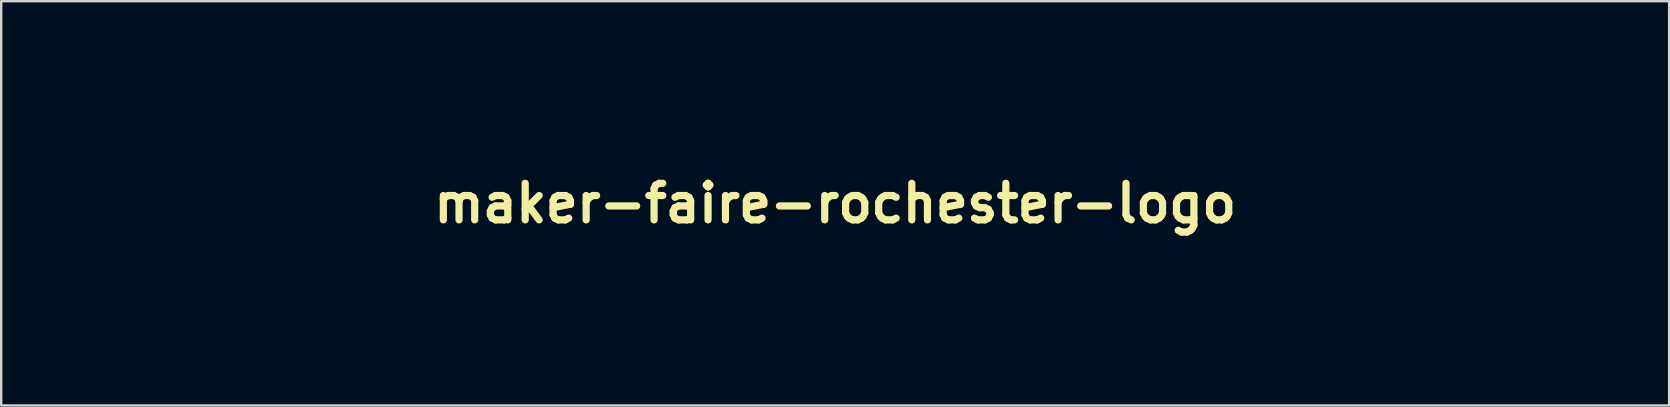
<source format=kicad_pcb>
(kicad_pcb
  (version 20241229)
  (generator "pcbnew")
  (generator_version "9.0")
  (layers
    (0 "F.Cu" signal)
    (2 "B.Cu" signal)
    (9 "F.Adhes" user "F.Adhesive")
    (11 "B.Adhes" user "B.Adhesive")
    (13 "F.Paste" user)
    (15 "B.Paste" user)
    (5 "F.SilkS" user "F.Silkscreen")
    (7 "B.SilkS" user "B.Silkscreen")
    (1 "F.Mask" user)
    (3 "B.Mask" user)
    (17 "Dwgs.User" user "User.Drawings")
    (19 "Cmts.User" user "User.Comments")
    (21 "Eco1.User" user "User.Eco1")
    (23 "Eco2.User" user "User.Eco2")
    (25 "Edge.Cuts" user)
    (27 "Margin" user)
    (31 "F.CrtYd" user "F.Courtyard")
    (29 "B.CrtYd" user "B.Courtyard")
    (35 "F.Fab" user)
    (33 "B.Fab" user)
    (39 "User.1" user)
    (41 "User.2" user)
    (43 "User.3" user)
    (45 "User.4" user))
  (footprint "maker-faire-rochester-logo"
    (layer "F.Cu")
    (at 31.755 5.424)
    (property "Reference" "maker-faire-rochester-logo" (at 0 0 0) (layer "F.SilkS") (effects (font (size 1.524 1.524) (thickness 0.3))))
    (attr through_hole)
    (fp_poly (pts (xy 0.734 -0.818) (xy 0.722 -0.768) (xy 0.677 -0.762) (xy 0.608 -0.793) (xy 0.621 -0.818) (xy 0.721 -0.829) (xy 0.734 -0.818)) (stroke (width 0.01) (type solid)) (fill no) (layer "Eco2.User"))
    (fp_poly (pts (xy -22.005 0.698) (xy -21.937 0.793) (xy -21.929 0.927) (xy -22.002 1.189) (xy -22.117 1.308) (xy -22.329 1.4) (xy -22.58 1.437) (xy -22.81 1.418) (xy -22.958 1.342) (xy -22.975 1.312) (xy -22.977 1.101) (xy -22.843 0.908) (xy -22.605 0.76) (xy -22.296 0.683) (xy -22.187 0.677) (xy -22.005 0.698)) (stroke (width 0.01) (type solid)) (fill no) (layer "Eco2.User"))
    (fp_poly (pts (xy -7.175 0.702) (xy -7.12 0.81) (xy -7.112 0.971) (xy -7.156 1.226) (xy -7.276 1.352) (xy -7.478 1.415) (xy -7.725 1.437) (xy -7.949 1.417) (xy -8.083 1.357) (xy -8.089 1.35) (xy -8.129 1.151) (xy -8.031 0.96) (xy -7.823 0.801) (xy -7.537 0.7) (xy -7.311 0.677) (xy -7.175 0.702)) (stroke (width 0.01) (type solid)) (fill no) (layer "Eco2.User"))
    (fp_poly (pts (xy -16.325 -0.264) (xy -16.097 -0.132) (xy -16.007 -0.01) (xy -15.933 0.161) (xy -15.949 0.265) (xy -16.078 0.318) (xy -16.344 0.337) (xy -16.51 0.339) (xy -16.802 0.334) (xy -17.014 0.32) (xy -17.102 0.302) (xy -17.103 0.3) (xy -17.071 0.203) (xy -17.009 0.056) (xy -16.831 -0.166) (xy -16.586 -0.274) (xy -16.325 -0.264)) (stroke (width 0.01) (type solid)) (fill no) (layer "Eco2.User"))
    (fp_poly (pts (xy -0.812 -0.217) (xy -0.62 -0.015) (xy -0.554 0.148) (xy -0.533 0.247) (xy -0.566 0.304) (xy -0.686 0.33) (xy -0.926 0.338) (xy -1.101 0.339) (xy -1.413 0.336) (xy -1.589 0.32) (xy -1.661 0.28) (xy -1.663 0.203) (xy -1.648 0.148) (xy -1.501 -0.129) (xy -1.265 -0.264) (xy -1.101 -0.282) (xy -0.812 -0.217)) (stroke (width 0.01) (type solid)) (fill no) (layer "Eco2.User"))
    (fp_poly (pts (xy 31.75 5.419) (xy -31.75 5.419) (xy -31.75 -1.947) (xy -28.363 -1.947) (xy -28.363 2.032) (xy -27.601 2.032) (xy -27.595 0.656) (xy -27.591 0.203) (xy -27.585 -0.177) (xy -27.576 -0.458) (xy -27.567 -0.614) (xy -27.56 -0.635) (xy -27.527 -0.529) (xy -27.452 -0.29) (xy -27.345 0.051) (xy -27.215 0.465) (xy -27.129 0.741) (xy -26.725 2.032) (xy -25.921 2.032) (xy -25.526 0.783) (xy -25.388 0.346) (xy -25.267 -0.035) (xy -25.173 -0.331) (xy -25.116 -0.511) (xy -25.103 -0.55) (xy -25.093 -0.5) (xy -25.084 -0.307) (xy -25.076 0.004) (xy -25.07 0.405) (xy -25.068 0.699) (xy -25.061 2.032) (xy -24.215 2.032) (xy -24.215 1.431) (xy -23.814 1.431) (xy -23.711 1.75) (xy -23.487 1.98) (xy -23.465 1.993) (xy -23.165 2.081) (xy -22.803 2.073) (xy -22.451 1.978) (xy -22.262 1.872) (xy -22.065 1.736) (xy -21.965 1.708) (xy -21.931 1.786) (xy -21.929 1.863) (xy -21.907 1.963) (xy -21.814 2.014) (xy -21.61 2.031) (xy -21.494 2.032) (xy -21.06 2.032) (xy -21.098 0.91) (xy -21.123 0.379) (xy -21.159 -0.011) (xy -21.216 -0.291) (xy -21.301 -0.488) (xy -21.423 -0.633) (xy -21.55 -0.729) (xy -21.831 -0.832) (xy -22.21 -0.866) (xy -22.636 -0.837) (xy -23.055 -0.75) (xy -23.415 -0.612) (xy -23.593 -0.497) (xy -23.651 -0.406) (xy -23.606 -0.274) (xy -23.532 -0.162) (xy -23.359 0.08) (xy -23.047 -0.087) (xy -22.726 -0.212) (xy -22.416 -0.253) (xy -22.163 -0.211) (xy -22.016 -0.09) (xy -21.945 0.064) (xy -21.97 0.145) (xy -22.118 0.19) (xy -22.246 0.211) (xy -22.835 0.333) (xy -23.272 0.494) (xy -23.572 0.703) (xy -23.749 0.968) (xy -23.783 1.066) (xy -23.814 1.431) (xy -24.215 1.431) (xy -24.215 -1.947) (xy -20.659 -1.947) (xy -20.659 2.032) (xy -19.812 2.032) (xy -19.812 1.66) (xy -19.754 1.282) (xy -19.643 1.089) (xy -19.52 0.956) (xy -19.441 0.946) (xy -19.343 1.054) (xy -19.34 1.058) (xy -19.223 1.232) (xy -19.076 1.486) (xy -18.999 1.63) (xy -18.873 1.863) (xy -18.763 1.982) (xy -18.611 2.026) (xy -18.371 2.032) (xy -18.13 2.023) (xy -17.977 2.001) (xy -17.949 1.983) (xy -17.988 1.894) (xy -18.093 1.689) (xy -18.248 1.398) (xy -18.42 1.084) (xy -18.559 0.832) (xy -17.944 0.832) (xy -17.914 1.051) (xy -17.776 1.402) (xy -17.525 1.729) (xy -17.211 1.968) (xy -17.149 1.998) (xy -16.833 2.078) (xy -16.438 2.103) (xy -16.046 2.071) (xy -15.79 2.004) (xy -15.491 1.88) (xy -15.329 1.78) (xy -15.28 1.675) (xy -15.32 1.534) (xy -15.359 1.454) (xy -15.496 1.189) (xy -15.77 1.356) (xy -16.129 1.5) (xy -16.486 1.513) (xy -16.796 1.397) (xy -16.895 1.316) (xy -17.057 1.137) (xy -17.117 1.009) (xy -17.063 0.924) (xy -16.878 0.875) (xy -16.551 0.852) (xy -16.129 0.847) (xy -15.155 0.847) (xy -15.155 0.581) (xy -15.221 0.088) (xy -15.408 -0.327) (xy -15.698 -0.639) (xy -16.074 -0.824) (xy -16.171 -0.847) (xy -14.817 -0.847) (xy -14.817 2.032) (xy -13.97 2.032) (xy -13.97 0.167) (xy -13.695 -0.001) (xy -13.447 -0.115) (xy -13.208 -0.168) (xy -13.187 -0.169) (xy -13.042 -0.183) (xy -12.974 -0.255) (xy -12.955 -0.432) (xy -12.954 -0.539) (xy -12.961 -0.767) (xy -13.001 -0.866) (xy -13.104 -0.88) (xy -13.187 -0.866) (xy -13.41 -0.788) (xy -13.657 -0.647) (xy -13.695 -0.62) (xy -13.97 -0.415) (xy -13.97 -0.631) (xy -13.983 -0.759) (xy -14.051 -0.823) (xy -14.218 -0.845) (xy -14.393 -0.847) (xy -14.817 -0.847) (xy -16.171 -0.847) (xy -16.172 -0.847) (xy -16.681 -0.866) (xy -17.127 -0.741) (xy -17.494 -0.49) (xy -17.763 -0.132) (xy -17.919 0.315) (xy -17.944 0.832) (xy -18.559 0.832) (xy -18.891 0.234) (xy -18.697 0.011) (xy -18.519 -0.189) (xy -18.298 -0.433) (xy -18.209 -0.529) (xy -17.915 -0.847) (xy -18.855 -0.847) (xy -19.27 -0.343) (xy -19.475 -0.103) (xy -19.642 0.076) (xy -19.74 0.162) (xy -19.748 0.165) (xy -19.773 0.087) (xy -19.792 -0.128) (xy -19.806 -0.448) (xy -19.812 -0.842) (xy -19.812 -0.889) (xy -19.812 -1.947) (xy -11.345 -1.947) (xy -11.345 2.032) (xy -10.505 2.032) (xy -10.482 1.3) (xy -8.975 1.3) (xy -8.907 1.656) (xy -8.719 1.913) (xy -8.435 2.062) (xy -8.081 2.09) (xy -7.68 1.99) (xy -7.514 1.912) (xy -7.287 1.796) (xy -7.167 1.757) (xy -7.111 1.793) (xy -7.086 1.869) (xy -7.026 1.971) (xy -6.888 2.02) (xy -6.633 2.032) (xy -6.223 2.032) (xy -6.269 0.868) (xy -6.301 0.281) (xy -6.355 -0.158) (xy -6.445 -0.47) (xy -6.585 -0.675) (xy -6.791 -0.795) (xy -7.06 -0.847) (xy -5.757 -0.847) (xy -5.757 2.032) (xy -4.911 2.032) (xy -4.911 -0.847) (xy -4.403 -0.847) (xy -4.403 2.032) (xy -3.556 2.032) (xy -3.556 0.605) (xy -2.54 0.605) (xy -2.475 1.121) (xy -2.288 1.543) (xy -1.986 1.853) (xy -1.837 1.941) (xy -1.417 2.073) (xy -0.94 2.108) (xy -0.489 2.041) (xy -0.381 2.004) (xy -0.146 1.902) (xy 0.033 1.811) (xy 0.134 1.737) (xy 0.142 1.651) (xy 0.059 1.491) (xy 0.041 1.46) (xy -0.11 1.203) (xy -0.373 1.363) (xy -0.642 1.472) (xy -0.953 1.523) (xy -0.989 1.524) (xy -1.255 1.497) (xy -1.434 1.395) (xy -1.518 1.301) (xy -1.647 1.122) (xy -1.694 0.997) (xy -1.641 0.917) (xy -1.471 0.871) (xy -1.166 0.851) (xy -0.71 0.847) (xy 0.278 0.847) (xy 0.226 0.415) (xy 0.105 -0.104) (xy -0.119 -0.49) (xy -0.221 -0.568) (xy 0.352 -0.568) (xy 0.373 -0.521) (xy 0.458 -0.43) (xy 0.507 -0.449) (xy 0.508 -0.461) (xy 0.504 -0.466) (xy 0.847 -0.466) (xy 0.889 -0.423) (xy 0.931 -0.466) (xy 0.889 -0.508) (xy 0.847 -0.466) (xy 0.504 -0.466) (xy 0.448 -0.532) (xy 0.41 -0.558) (xy 0.352 -0.568) (xy -0.221 -0.568) (xy -0.445 -0.741) (xy -0.523 -0.762) (xy 0.254 -0.762) (xy 0.285 -0.692) (xy 0.31 -0.706) (xy 0.316 -0.762) (xy 0.508 -0.762) (xy 0.561 -0.635) (xy 0.68 -0.631) (xy 0.782 -0.72) (xy 0.841 -0.862) (xy 0.802 -0.889) (xy 0.931 -0.889) (xy 0.974 -0.847) (xy 1.016 -0.889) (xy 0.974 -0.931) (xy 0.931 -0.889) (xy 0.802 -0.889) (xy 0.75 -0.926) (xy 0.677 -0.931) (xy 0.536 -0.871) (xy 0.508 -0.762) (xy 0.316 -0.762) (xy 0.321 -0.806) (xy 0.31 -0.818) (xy 0.26 -0.807) (xy 0.254 -0.762) (xy -0.523 -0.762) (xy -0.872 -0.856) (xy -1.027 -0.864) (xy -1.555 -0.801) (xy -1.98 -0.607) (xy -2.293 -0.293) (xy -2.483 0.132) (xy -2.54 0.605) (xy -3.556 0.605) (xy -3.556 0.183) (xy -3.271 0.007) (xy -3.025 -0.11) (xy -2.793 -0.168) (xy -2.763 -0.169) (xy -2.624 -0.184) (xy -2.559 -0.26) (xy -2.541 -0.442) (xy -2.54 -0.539) (xy -2.547 -0.767) (xy -2.587 -0.866) (xy -2.69 -0.88) (xy -2.773 -0.866) (xy -2.996 -0.788) (xy -3.243 -0.647) (xy -3.281 -0.62) (xy -3.556 -0.415) (xy -3.556 -0.631) (xy -3.569 -0.759) (xy -3.637 -0.823) (xy -3.804 -0.845) (xy -3.979 -0.847) (xy -4.403 -0.847) (xy -4.911 -0.847) (xy -5.757 -0.847) (xy -7.06 -0.847) (xy -7.077 -0.85) (xy -7.457 -0.861) (xy -7.472 -0.861) (xy -7.949 -0.825) (xy -8.332 -0.719) (xy -8.43 -0.674) (xy -8.678 -0.54) (xy -8.784 -0.425) (xy -8.763 -0.291) (xy -8.657 -0.131) (xy -8.509 0.066) (xy -8.186 -0.099) (xy -7.868 -0.209) (xy -7.556 -0.234) (xy -7.299 -0.175) (xy -7.163 -0.061) (xy -7.134 0.096) (xy -7.254 0.205) (xy -7.504 0.252) (xy -7.541 0.253) (xy -7.958 0.312) (xy -8.344 0.47) (xy -8.665 0.701) (xy -8.886 0.979) (xy -8.974 1.281) (xy -8.975 1.3) (xy -10.482 1.3) (xy -10.481 1.249) (xy -10.456 0.466) (xy -9.842 0.441) (xy -9.229 0.416) (xy -9.229 -0.254) (xy -10.499 -0.254) (xy -10.499 -0.937) (xy 0.359 -0.937) (xy 0.371 -0.931) (xy 0.448 -0.991) (xy 0.466 -1.016) (xy 0.477 -1.058) (xy 0.762 -1.058) (xy 0.804 -1.016) (xy 0.847 -1.058) (xy 0.804 -1.101) (xy 0.762 -1.058) (xy 0.477 -1.058) (xy 0.487 -1.095) (xy 0.476 -1.101) (xy 0.398 -1.041) (xy 0.381 -1.016) (xy 0.359 -0.937) (xy -10.499 -0.937) (xy -10.499 -1.27) (xy -8.636 -1.27) (xy -8.636 -1.947) (xy -5.757 -1.947) (xy -5.757 -1.27) (xy -4.911 -1.27) (xy -4.911 -1.947) (xy -5.757 -1.947) (xy -8.636 -1.947) (xy -11.345 -1.947) (xy -19.812 -1.947) (xy -20.659 -1.947) (xy -24.215 -1.947) (xy -24.215 -1.955) (xy -25.426 -1.905) (xy -25.816 -0.536) (xy -25.948 -0.079) (xy -26.067 0.32) (xy -26.165 0.632) (xy -26.233 0.83) (xy -26.259 0.887) (xy -26.287 0.871) (xy -26.335 0.776) (xy -26.407 0.587) (xy -26.508 0.292) (xy -26.642 -0.123) (xy -26.815 -0.671) (xy -27.03 -1.366) (xy -27.072 -1.503) (xy -27.209 -1.947) (xy -28.363 -1.947) (xy -31.75 -1.947) (xy -31.75 -5.419) (xy 31.75 -5.419) (xy 31.75 5.419)) (stroke (width 0.01) (type solid)) (fill no) (layer "Eco2.User")))
  (gr_rect
    (start -3 -3)
    (end 66.51 13.847)
    (stroke (width 0.1) (type default))
    (fill no)
    (layer "Edge.Cuts")))
</source>
